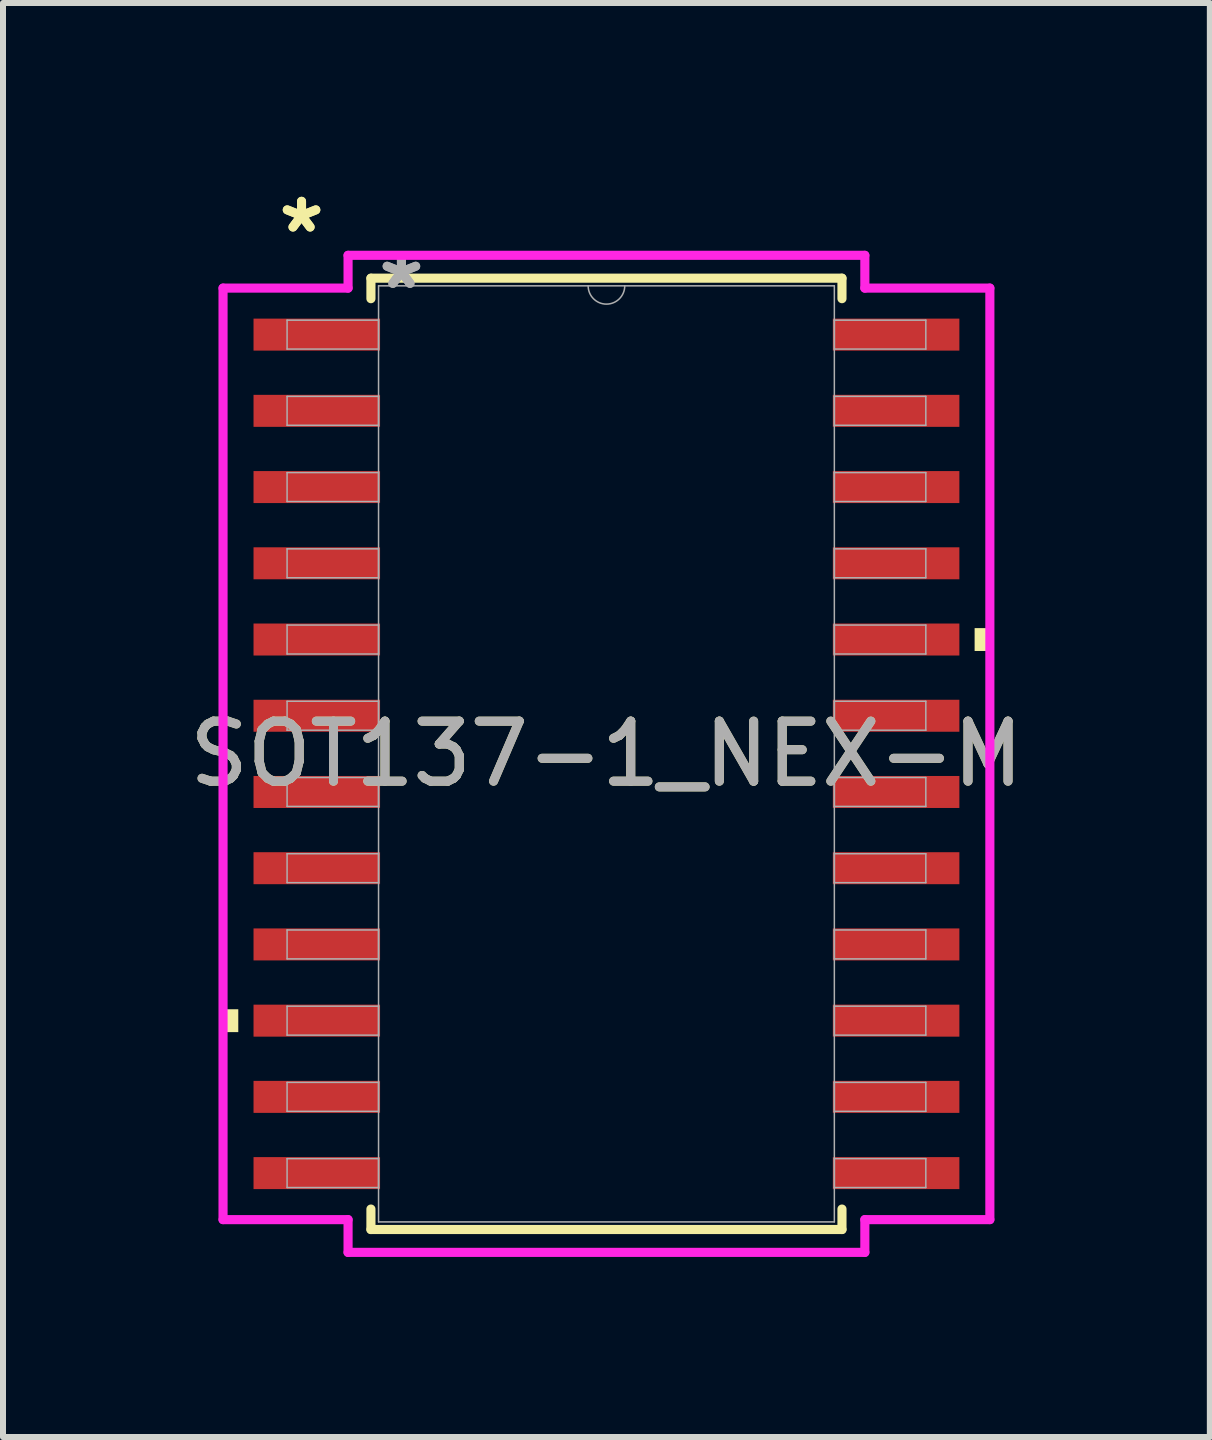
<source format=kicad_pcb>
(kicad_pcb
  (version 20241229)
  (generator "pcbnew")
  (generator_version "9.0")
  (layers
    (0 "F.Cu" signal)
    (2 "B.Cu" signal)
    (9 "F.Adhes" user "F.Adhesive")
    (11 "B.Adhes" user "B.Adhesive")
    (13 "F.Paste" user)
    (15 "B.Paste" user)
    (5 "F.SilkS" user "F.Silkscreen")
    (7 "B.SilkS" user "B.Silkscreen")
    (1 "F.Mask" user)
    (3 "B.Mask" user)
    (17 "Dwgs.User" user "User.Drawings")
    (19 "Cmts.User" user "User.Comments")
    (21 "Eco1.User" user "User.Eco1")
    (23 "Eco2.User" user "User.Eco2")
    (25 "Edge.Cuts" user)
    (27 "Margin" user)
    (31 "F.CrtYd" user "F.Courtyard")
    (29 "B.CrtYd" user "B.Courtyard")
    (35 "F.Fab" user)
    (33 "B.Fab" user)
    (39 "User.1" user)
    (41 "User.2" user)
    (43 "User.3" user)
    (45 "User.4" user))
  (footprint "SOT137-1_NEX-M"
    (layer "F.Cu")
    (at 7.054 9.51)
    (property "Reference" "SOT137-1_NEX-M" (at 0 0 0) (unlocked yes) (layer "F.SilkS") (effects (font (size 1 1) (thickness 0.15))))
    (attr smd)
    (fp_line (start -3.924 -7.925) (end -3.924 -7.584) (stroke (width 0.152) (type solid)) (layer "F.SilkS"))
    (fp_line (start -3.924 7.584) (end -3.924 7.925) (stroke (width 0.152) (type solid)) (layer "F.SilkS"))
    (fp_line (start -3.924 7.925) (end 3.924 7.925) (stroke (width 0.152) (type solid)) (layer "F.SilkS"))
    (fp_line (start 3.924 -7.925) (end -3.924 -7.925) (stroke (width 0.152) (type solid)) (layer "F.SilkS"))
    (fp_line (start 3.924 -7.584) (end 3.924 -7.925) (stroke (width 0.152) (type solid)) (layer "F.SilkS"))
    (fp_line (start 3.924 7.925) (end 3.924 7.584) (stroke (width 0.152) (type solid)) (layer "F.SilkS"))
    (fp_poly (pts (xy -6.388 4.255) (xy -6.388 4.636) (xy -6.134 4.636) (xy -6.134 4.255)) (stroke (width 0) (type solid)) (fill yes) (layer "F.SilkS"))
    (fp_poly (pts (xy 6.388 -2.095) (xy 6.388 -1.714) (xy 6.134 -1.714) (xy 6.134 -2.095)) (stroke (width 0) (type solid)) (fill yes) (layer "F.SilkS"))
    (fp_line (start -6.388 -7.76) (end -4.305 -7.76) (stroke (width 0.152) (type solid)) (layer "F.CrtYd"))
    (fp_line (start -6.388 7.76) (end -6.388 -7.76) (stroke (width 0.152) (type solid)) (layer "F.CrtYd"))
    (fp_line (start -6.388 7.76) (end -4.305 7.76) (stroke (width 0.152) (type solid)) (layer "F.CrtYd"))
    (fp_line (start -4.305 -8.306) (end 4.305 -8.306) (stroke (width 0.152) (type solid)) (layer "F.CrtYd"))
    (fp_line (start -4.305 -7.76) (end -4.305 -8.306) (stroke (width 0.152) (type solid)) (layer "F.CrtYd"))
    (fp_line (start -4.305 8.306) (end -4.305 7.76) (stroke (width 0.152) (type solid)) (layer "F.CrtYd"))
    (fp_line (start 4.305 -8.306) (end 4.305 -7.76) (stroke (width 0.152) (type solid)) (layer "F.CrtYd"))
    (fp_line (start 4.305 7.76) (end 4.305 8.306) (stroke (width 0.152) (type solid)) (layer "F.CrtYd"))
    (fp_line (start 4.305 8.306) (end -4.305 8.306) (stroke (width 0.152) (type solid)) (layer "F.CrtYd"))
    (fp_line (start 6.388 -7.76) (end 4.305 -7.76) (stroke (width 0.152) (type solid)) (layer "F.CrtYd"))
    (fp_line (start 6.388 -7.76) (end 6.388 7.76) (stroke (width 0.152) (type solid)) (layer "F.CrtYd"))
    (fp_line (start 6.388 7.76) (end 4.305 7.76) (stroke (width 0.152) (type solid)) (layer "F.CrtYd"))
    (fp_line (start -5.321 -7.226) (end -5.321 -6.744) (stroke (width 0.025) (type solid)) (layer "F.Fab"))
    (fp_line (start -5.321 -6.744) (end -3.797 -6.744) (stroke (width 0.025) (type solid)) (layer "F.Fab"))
    (fp_line (start -5.321 -5.956) (end -5.321 -5.474) (stroke (width 0.025) (type solid)) (layer "F.Fab"))
    (fp_line (start -5.321 -5.474) (end -3.797 -5.474) (stroke (width 0.025) (type solid)) (layer "F.Fab"))
    (fp_line (start -5.321 -4.686) (end -5.321 -4.204) (stroke (width 0.025) (type solid)) (layer "F.Fab"))
    (fp_line (start -5.321 -4.204) (end -3.797 -4.204) (stroke (width 0.025) (type solid)) (layer "F.Fab"))
    (fp_line (start -5.321 -3.416) (end -5.321 -2.934) (stroke (width 0.025) (type solid)) (layer "F.Fab"))
    (fp_line (start -5.321 -2.934) (end -3.797 -2.934) (stroke (width 0.025) (type solid)) (layer "F.Fab"))
    (fp_line (start -5.321 -2.146) (end -5.321 -1.664) (stroke (width 0.025) (type solid)) (layer "F.Fab"))
    (fp_line (start -5.321 -1.664) (end -3.797 -1.664) (stroke (width 0.025) (type solid)) (layer "F.Fab"))
    (fp_line (start -5.321 -0.876) (end -5.321 -0.394) (stroke (width 0.025) (type solid)) (layer "F.Fab"))
    (fp_line (start -5.321 -0.394) (end -3.797 -0.394) (stroke (width 0.025) (type solid)) (layer "F.Fab"))
    (fp_line (start -5.321 0.394) (end -5.321 0.876) (stroke (width 0.025) (type solid)) (layer "F.Fab"))
    (fp_line (start -5.321 0.876) (end -3.797 0.876) (stroke (width 0.025) (type solid)) (layer "F.Fab"))
    (fp_line (start -5.321 1.664) (end -5.321 2.146) (stroke (width 0.025) (type solid)) (layer "F.Fab"))
    (fp_line (start -5.321 2.146) (end -3.797 2.146) (stroke (width 0.025) (type solid)) (layer "F.Fab"))
    (fp_line (start -5.321 2.934) (end -5.321 3.416) (stroke (width 0.025) (type solid)) (layer "F.Fab"))
    (fp_line (start -5.321 3.416) (end -3.797 3.416) (stroke (width 0.025) (type solid)) (layer "F.Fab"))
    (fp_line (start -5.321 4.204) (end -5.321 4.686) (stroke (width 0.025) (type solid)) (layer "F.Fab"))
    (fp_line (start -5.321 4.686) (end -3.797 4.686) (stroke (width 0.025) (type solid)) (layer "F.Fab"))
    (fp_line (start -5.321 5.474) (end -5.321 5.956) (stroke (width 0.025) (type solid)) (layer "F.Fab"))
    (fp_line (start -5.321 5.956) (end -3.797 5.956) (stroke (width 0.025) (type solid)) (layer "F.Fab"))
    (fp_line (start -5.321 6.744) (end -5.321 7.226) (stroke (width 0.025) (type solid)) (layer "F.Fab"))
    (fp_line (start -5.321 7.226) (end -3.797 7.226) (stroke (width 0.025) (type solid)) (layer "F.Fab"))
    (fp_line (start -3.797 -7.798) (end -3.797 7.798) (stroke (width 0.025) (type solid)) (layer "F.Fab"))
    (fp_line (start -3.797 -7.226) (end -5.321 -7.226) (stroke (width 0.025) (type solid)) (layer "F.Fab"))
    (fp_line (start -3.797 -6.744) (end -3.797 -7.226) (stroke (width 0.025) (type solid)) (layer "F.Fab"))
    (fp_line (start -3.797 -5.956) (end -5.321 -5.956) (stroke (width 0.025) (type solid)) (layer "F.Fab"))
    (fp_line (start -3.797 -5.474) (end -3.797 -5.956) (stroke (width 0.025) (type solid)) (layer "F.Fab"))
    (fp_line (start -3.797 -4.686) (end -5.321 -4.686) (stroke (width 0.025) (type solid)) (layer "F.Fab"))
    (fp_line (start -3.797 -4.204) (end -3.797 -4.686) (stroke (width 0.025) (type solid)) (layer "F.Fab"))
    (fp_line (start -3.797 -3.416) (end -5.321 -3.416) (stroke (width 0.025) (type solid)) (layer "F.Fab"))
    (fp_line (start -3.797 -2.934) (end -3.797 -3.416) (stroke (width 0.025) (type solid)) (layer "F.Fab"))
    (fp_line (start -3.797 -2.146) (end -5.321 -2.146) (stroke (width 0.025) (type solid)) (layer "F.Fab"))
    (fp_line (start -3.797 -1.664) (end -3.797 -2.146) (stroke (width 0.025) (type solid)) (layer "F.Fab"))
    (fp_line (start -3.797 -0.876) (end -5.321 -0.876) (stroke (width 0.025) (type solid)) (layer "F.Fab"))
    (fp_line (start -3.797 -0.394) (end -3.797 -0.876) (stroke (width 0.025) (type solid)) (layer "F.Fab"))
    (fp_line (start -3.797 0.394) (end -5.321 0.394) (stroke (width 0.025) (type solid)) (layer "F.Fab"))
    (fp_line (start -3.797 0.876) (end -3.797 0.394) (stroke (width 0.025) (type solid)) (layer "F.Fab"))
    (fp_line (start -3.797 1.664) (end -5.321 1.664) (stroke (width 0.025) (type solid)) (layer "F.Fab"))
    (fp_line (start -3.797 2.146) (end -3.797 1.664) (stroke (width 0.025) (type solid)) (layer "F.Fab"))
    (fp_line (start -3.797 2.934) (end -5.321 2.934) (stroke (width 0.025) (type solid)) (layer "F.Fab"))
    (fp_line (start -3.797 3.416) (end -3.797 2.934) (stroke (width 0.025) (type solid)) (layer "F.Fab"))
    (fp_line (start -3.797 4.204) (end -5.321 4.204) (stroke (width 0.025) (type solid)) (layer "F.Fab"))
    (fp_line (start -3.797 4.686) (end -3.797 4.204) (stroke (width 0.025) (type solid)) (layer "F.Fab"))
    (fp_line (start -3.797 5.474) (end -5.321 5.474) (stroke (width 0.025) (type solid)) (layer "F.Fab"))
    (fp_line (start -3.797 5.956) (end -3.797 5.474) (stroke (width 0.025) (type solid)) (layer "F.Fab"))
    (fp_line (start -3.797 6.744) (end -5.321 6.744) (stroke (width 0.025) (type solid)) (layer "F.Fab"))
    (fp_line (start -3.797 7.226) (end -3.797 6.744) (stroke (width 0.025) (type solid)) (layer "F.Fab"))
    (fp_line (start -3.797 7.798) (end 3.797 7.798) (stroke (width 0.025) (type solid)) (layer "F.Fab"))
    (fp_line (start 3.797 -7.798) (end -3.797 -7.798) (stroke (width 0.025) (type solid)) (layer "F.Fab"))
    (fp_line (start 3.797 -7.226) (end 3.797 -6.744) (stroke (width 0.025) (type solid)) (layer "F.Fab"))
    (fp_line (start 3.797 -6.744) (end 5.321 -6.744) (stroke (width 0.025) (type solid)) (layer "F.Fab"))
    (fp_line (start 3.797 -5.956) (end 3.797 -5.474) (stroke (width 0.025) (type solid)) (layer "F.Fab"))
    (fp_line (start 3.797 -5.474) (end 5.321 -5.474) (stroke (width 0.025) (type solid)) (layer "F.Fab"))
    (fp_line (start 3.797 -4.686) (end 3.797 -4.204) (stroke (width 0.025) (type solid)) (layer "F.Fab"))
    (fp_line (start 3.797 -4.204) (end 5.321 -4.204) (stroke (width 0.025) (type solid)) (layer "F.Fab"))
    (fp_line (start 3.797 -3.416) (end 3.797 -2.934) (stroke (width 0.025) (type solid)) (layer "F.Fab"))
    (fp_line (start 3.797 -2.934) (end 5.321 -2.934) (stroke (width 0.025) (type solid)) (layer "F.Fab"))
    (fp_line (start 3.797 -2.146) (end 3.797 -1.664) (stroke (width 0.025) (type solid)) (layer "F.Fab"))
    (fp_line (start 3.797 -1.664) (end 5.321 -1.664) (stroke (width 0.025) (type solid)) (layer "F.Fab"))
    (fp_line (start 3.797 -0.876) (end 3.797 -0.394) (stroke (width 0.025) (type solid)) (layer "F.Fab"))
    (fp_line (start 3.797 -0.394) (end 5.321 -0.394) (stroke (width 0.025) (type solid)) (layer "F.Fab"))
    (fp_line (start 3.797 0.394) (end 3.797 0.876) (stroke (width 0.025) (type solid)) (layer "F.Fab"))
    (fp_line (start 3.797 0.876) (end 5.321 0.876) (stroke (width 0.025) (type solid)) (layer "F.Fab"))
    (fp_line (start 3.797 1.664) (end 3.797 2.146) (stroke (width 0.025) (type solid)) (layer "F.Fab"))
    (fp_line (start 3.797 2.146) (end 5.321 2.146) (stroke (width 0.025) (type solid)) (layer "F.Fab"))
    (fp_line (start 3.797 2.934) (end 3.797 3.416) (stroke (width 0.025) (type solid)) (layer "F.Fab"))
    (fp_line (start 3.797 3.416) (end 5.321 3.416) (stroke (width 0.025) (type solid)) (layer "F.Fab"))
    (fp_line (start 3.797 4.204) (end 3.797 4.686) (stroke (width 0.025) (type solid)) (layer "F.Fab"))
    (fp_line (start 3.797 4.686) (end 5.321 4.686) (stroke (width 0.025) (type solid)) (layer "F.Fab"))
    (fp_line (start 3.797 5.474) (end 3.797 5.956) (stroke (width 0.025) (type solid)) (layer "F.Fab"))
    (fp_line (start 3.797 5.956) (end 5.321 5.956) (stroke (width 0.025) (type solid)) (layer "F.Fab"))
    (fp_line (start 3.797 6.744) (end 3.797 7.226) (stroke (width 0.025) (type solid)) (layer "F.Fab"))
    (fp_line (start 3.797 7.226) (end 5.321 7.226) (stroke (width 0.025) (type solid)) (layer "F.Fab"))
    (fp_line (start 3.797 7.798) (end 3.797 -7.798) (stroke (width 0.025) (type solid)) (layer "F.Fab"))
    (fp_line (start 5.321 -7.226) (end 3.797 -7.226) (stroke (width 0.025) (type solid)) (layer "F.Fab"))
    (fp_line (start 5.321 -6.744) (end 5.321 -7.226) (stroke (width 0.025) (type solid)) (layer "F.Fab"))
    (fp_line (start 5.321 -5.956) (end 3.797 -5.956) (stroke (width 0.025) (type solid)) (layer "F.Fab"))
    (fp_line (start 5.321 -5.474) (end 5.321 -5.956) (stroke (width 0.025) (type solid)) (layer "F.Fab"))
    (fp_line (start 5.321 -4.686) (end 3.797 -4.686) (stroke (width 0.025) (type solid)) (layer "F.Fab"))
    (fp_line (start 5.321 -4.204) (end 5.321 -4.686) (stroke (width 0.025) (type solid)) (layer "F.Fab"))
    (fp_line (start 5.321 -3.416) (end 3.797 -3.416) (stroke (width 0.025) (type solid)) (layer "F.Fab"))
    (fp_line (start 5.321 -2.934) (end 5.321 -3.416) (stroke (width 0.025) (type solid)) (layer "F.Fab"))
    (fp_line (start 5.321 -2.146) (end 3.797 -2.146) (stroke (width 0.025) (type solid)) (layer "F.Fab"))
    (fp_line (start 5.321 -1.664) (end 5.321 -2.146) (stroke (width 0.025) (type solid)) (layer "F.Fab"))
    (fp_line (start 5.321 -0.876) (end 3.797 -0.876) (stroke (width 0.025) (type solid)) (layer "F.Fab"))
    (fp_line (start 5.321 -0.394) (end 5.321 -0.876) (stroke (width 0.025) (type solid)) (layer "F.Fab"))
    (fp_line (start 5.321 0.394) (end 3.797 0.394) (stroke (width 0.025) (type solid)) (layer "F.Fab"))
    (fp_line (start 5.321 0.876) (end 5.321 0.394) (stroke (width 0.025) (type solid)) (layer "F.Fab"))
    (fp_line (start 5.321 1.664) (end 3.797 1.664) (stroke (width 0.025) (type solid)) (layer "F.Fab"))
    (fp_line (start 5.321 2.146) (end 5.321 1.664) (stroke (width 0.025) (type solid)) (layer "F.Fab"))
    (fp_line (start 5.321 2.934) (end 3.797 2.934) (stroke (width 0.025) (type solid)) (layer "F.Fab"))
    (fp_line (start 5.321 3.416) (end 5.321 2.934) (stroke (width 0.025) (type solid)) (layer "F.Fab"))
    (fp_line (start 5.321 4.204) (end 3.797 4.204) (stroke (width 0.025) (type solid)) (layer "F.Fab"))
    (fp_line (start 5.321 4.686) (end 5.321 4.204) (stroke (width 0.025) (type solid)) (layer "F.Fab"))
    (fp_line (start 5.321 5.474) (end 3.797 5.474) (stroke (width 0.025) (type solid)) (layer "F.Fab"))
    (fp_line (start 5.321 5.956) (end 5.321 5.474) (stroke (width 0.025) (type solid)) (layer "F.Fab"))
    (fp_line (start 5.321 6.744) (end 3.797 6.744) (stroke (width 0.025) (type solid)) (layer "F.Fab"))
    (fp_line (start 5.321 7.226) (end 5.321 6.744) (stroke (width 0.025) (type solid)) (layer "F.Fab"))
    (fp_arc (start 0.3048 -7.7978) (mid 0 -7.493) (end -0.3048 -7.7978) (stroke (width 0.0254) (type solid)) (layer "F.Fab"))
    (fp_text user "*" (at -5.08 -8.661 0) (layer "F.SilkS") (effects (font (size 1 1) (thickness 0.15))))
    (fp_text user "*" (at -5.08 -8.661 0) (unlocked yes) (layer "F.SilkS") (effects (font (size 1 1) (thickness 0.15))))
    (fp_text user "${REFERENCE}" (at 0 0 0) (unlocked yes) (layer "F.Fab") (effects (font (size 1 1) (thickness 0.15))))
    (fp_text user "*" (at -3.416 -7.722 0) (layer "F.Fab") (effects (font (size 1 1) (thickness 0.15))))
    (fp_text user "*" (at -3.416 -7.722 0) (unlocked yes) (layer "F.Fab") (effects (font (size 1 1) (thickness 0.15))))
    (pad "1" smd rect (at -4.826 -6.985) (size 2.108 0.533) (layers "F.Cu" "F.Mask" "F.Paste"))
    (pad "2" smd rect (at -4.826 -5.715) (size 2.108 0.533) (layers "F.Cu" "F.Mask" "F.Paste"))
    (pad "3" smd rect (at -4.826 -4.445) (size 2.108 0.533) (layers "F.Cu" "F.Mask" "F.Paste"))
    (pad "4" smd rect (at -4.826 -3.175) (size 2.108 0.533) (layers "F.Cu" "F.Mask" "F.Paste"))
    (pad "5" smd rect (at -4.826 -1.905) (size 2.108 0.533) (layers "F.Cu" "F.Mask" "F.Paste"))
    (pad "6" smd rect (at -4.826 -0.635) (size 2.108 0.533) (layers "F.Cu" "F.Mask" "F.Paste"))
    (pad "7" smd rect (at -4.826 0.635) (size 2.108 0.533) (layers "F.Cu" "F.Mask" "F.Paste"))
    (pad "8" smd rect (at -4.826 1.905) (size 2.108 0.533) (layers "F.Cu" "F.Mask" "F.Paste"))
    (pad "9" smd rect (at -4.826 3.175) (size 2.108 0.533) (layers "F.Cu" "F.Mask" "F.Paste"))
    (pad "10" smd rect (at -4.826 4.445) (size 2.108 0.533) (layers "F.Cu" "F.Mask" "F.Paste"))
    (pad "11" smd rect (at -4.826 5.715) (size 2.108 0.533) (layers "F.Cu" "F.Mask" "F.Paste"))
    (pad "12" smd rect (at -4.826 6.985) (size 2.108 0.533) (layers "F.Cu" "F.Mask" "F.Paste"))
    (pad "13" smd rect (at 4.826 6.985) (size 2.108 0.533) (layers "F.Cu" "F.Mask" "F.Paste"))
    (pad "14" smd rect (at 4.826 5.715) (size 2.108 0.533) (layers "F.Cu" "F.Mask" "F.Paste"))
    (pad "15" smd rect (at 4.826 4.445) (size 2.108 0.533) (layers "F.Cu" "F.Mask" "F.Paste"))
    (pad "16" smd rect (at 4.826 3.175) (size 2.108 0.533) (layers "F.Cu" "F.Mask" "F.Paste"))
    (pad "17" smd rect (at 4.826 1.905) (size 2.108 0.533) (layers "F.Cu" "F.Mask" "F.Paste"))
    (pad "18" smd rect (at 4.826 0.635) (size 2.108 0.533) (layers "F.Cu" "F.Mask" "F.Paste"))
    (pad "19" smd rect (at 4.826 -0.635) (size 2.108 0.533) (layers "F.Cu" "F.Mask" "F.Paste"))
    (pad "20" smd rect (at 4.826 -1.905) (size 2.108 0.533) (layers "F.Cu" "F.Mask" "F.Paste"))
    (pad "21" smd rect (at 4.826 -3.175) (size 2.108 0.533) (layers "F.Cu" "F.Mask" "F.Paste"))
    (pad "22" smd rect (at 4.826 -4.445) (size 2.108 0.533) (layers "F.Cu" "F.Mask" "F.Paste"))
    (pad "23" smd rect (at 4.826 -5.715) (size 2.108 0.533) (layers "F.Cu" "F.Mask" "F.Paste"))
    (pad "24" smd rect (at 4.826 -6.985) (size 2.108 0.533) (layers "F.Cu" "F.Mask" "F.Paste")))
  (gr_rect
    (start -3 -3)
    (end 17.107 20.892)
    (stroke (width 0.1) (type default))
    (fill no)
    (layer "Edge.Cuts")))
</source>
